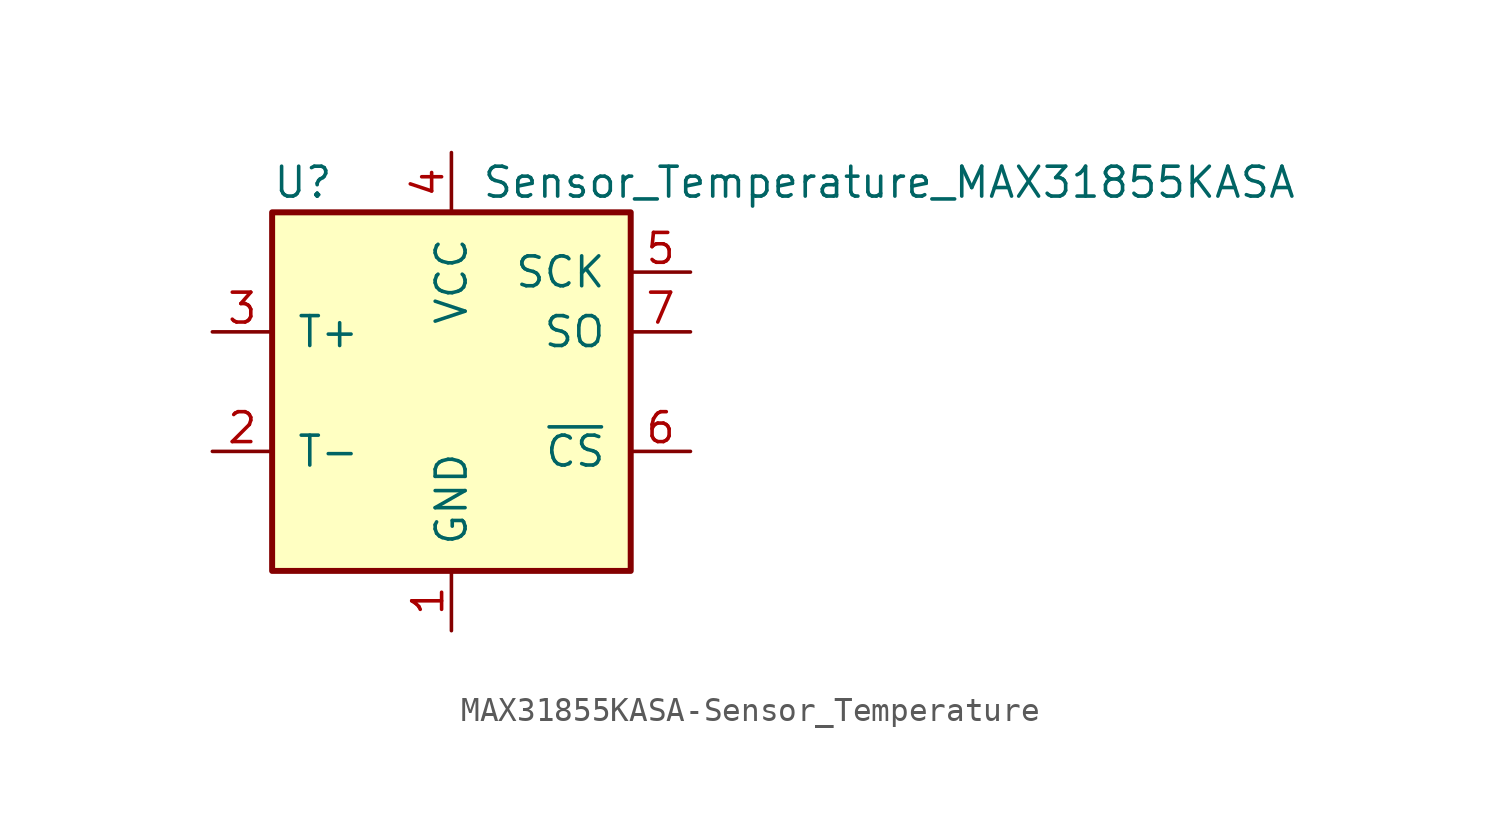
<source format=kicad_sym>
(kicad_symbol_lib
  (version 20220914)
  (generator kicad_symbol_editor)
  (symbol "MAX31855KASA-Sensor_Temperature"
    (pin_names
      (offset 1.016))
    (property "Reference" "U"
      (at -7.62 8.89 0)
      (effects (font (size 1.27 1.27)) (justify left)))
    (property "Value" "Sensor_Temperature_MAX31855KASA"
      (at 1.27 8.89 0)
      (effects (font (size 1.27 1.27)) (justify left)))
    (symbol "MAX31855KASA-Sensor_Temperature_0_1"
      (rectangle (start -7.62 7.62) (end 7.62 -7.62) (stroke (width 0.254) (type solid)) (fill (type background))))
    (symbol "MAX31855KASA-Sensor_Temperature_1_1"
      (pin power_in line (at 0 -10.16 90) (length 2.54) (name "GND" (effects (font (size 1.27 1.27)))) (number "1" (effects (font (size 1.27 1.27)))))
      (pin passive line (at -10.16 -2.54 0) (length 2.54) (name "T-" (effects (font (size 1.27 1.27)))) (number "2" (effects (font (size 1.27 1.27)))))
      (pin passive line (at -10.16 2.54 0) (length 2.54) (name "T+" (effects (font (size 1.27 1.27)))) (number "3" (effects (font (size 1.27 1.27)))))
      (pin power_in line (at 0 10.16 270) (length 2.54) (name "VCC" (effects (font (size 1.27 1.27)))) (number "4" (effects (font (size 1.27 1.27)))))
      (pin input line (at 10.16 5.08 180) (length 2.54) (name "SCK" (effects (font (size 1.27 1.27)))) (number "5" (effects (font (size 1.27 1.27)))))
      (pin input line (at 10.16 -2.54 180) (length 2.54) (name "~{CS}" (effects (font (size 1.27 1.27)))) (number "6" (effects (font (size 1.27 1.27)))))
      (pin tri_state line (at 10.16 2.54 180) (length 2.54) (name "SO" (effects (font (size 1.27 1.27)))) (number "7" (effects (font (size 1.27 1.27))))))))
</source>
